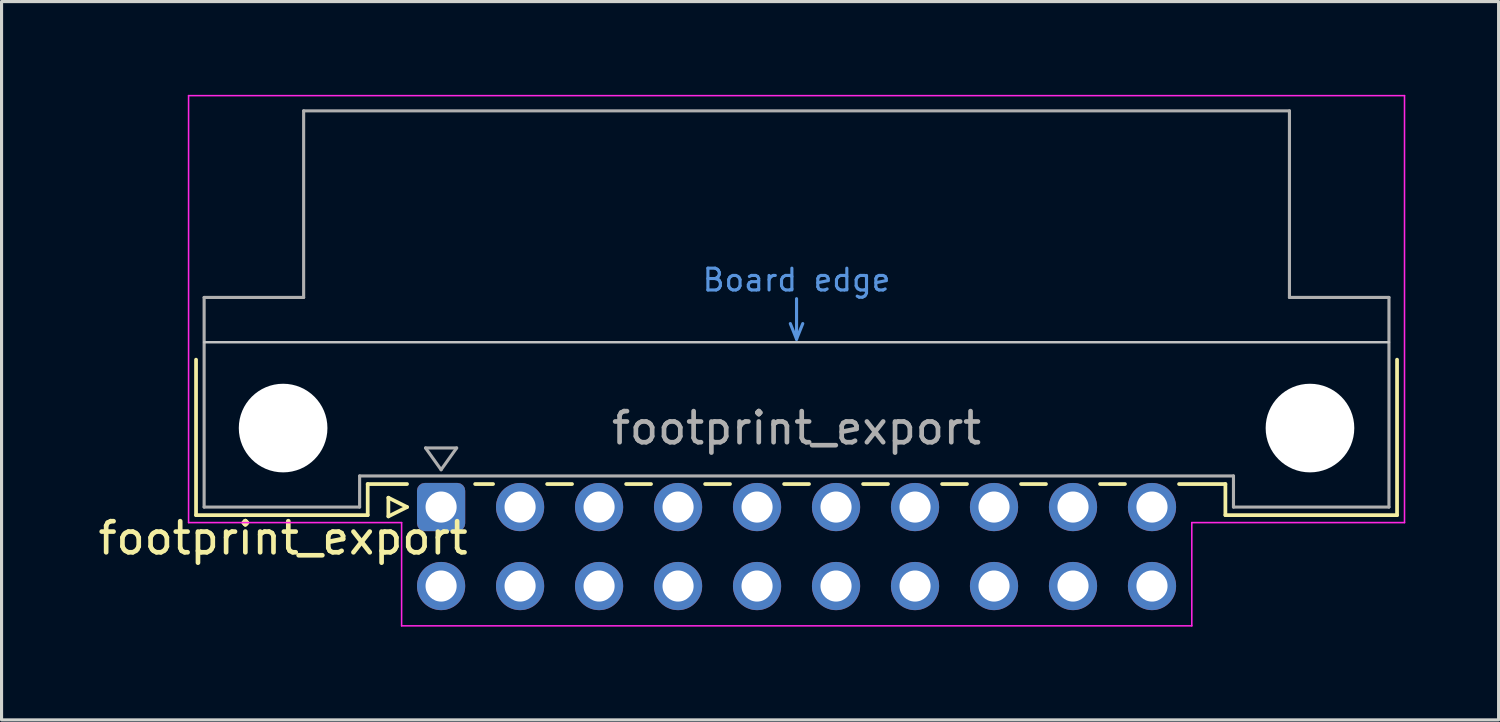
<source format=kicad_pcb>
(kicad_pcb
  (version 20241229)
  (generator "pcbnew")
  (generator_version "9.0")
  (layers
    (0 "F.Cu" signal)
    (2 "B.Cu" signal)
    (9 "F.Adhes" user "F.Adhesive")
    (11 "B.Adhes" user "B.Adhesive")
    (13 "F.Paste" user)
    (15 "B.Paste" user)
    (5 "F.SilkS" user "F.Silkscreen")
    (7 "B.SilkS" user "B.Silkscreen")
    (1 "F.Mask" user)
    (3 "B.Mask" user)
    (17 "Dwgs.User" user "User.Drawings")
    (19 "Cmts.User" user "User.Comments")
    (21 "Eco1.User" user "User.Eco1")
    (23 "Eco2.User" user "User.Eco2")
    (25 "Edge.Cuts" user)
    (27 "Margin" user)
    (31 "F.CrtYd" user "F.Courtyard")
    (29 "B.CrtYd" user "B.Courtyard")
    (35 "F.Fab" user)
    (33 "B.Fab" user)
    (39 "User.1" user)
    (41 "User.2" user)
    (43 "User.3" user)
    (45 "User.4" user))
  (footprint "footprint_export"
    (layer "F.Cu")
    (at 11.134 13.255)
    (property "Reference" "footprint_export" (at -5.08 1 0) (layer "F.SilkS") (effects (font (size 1 1) (thickness 0.15))))
    (attr through_hole)
    (fp_line (start -7.88 -4.74) (end -7.88 0.26) (stroke (width 0.12) (type solid)) (layer "F.SilkS"))
    (fp_line (start -7.88 0.26) (end -2.36 0.26) (stroke (width 0.12) (type solid)) (layer "F.SilkS"))
    (fp_line (start -2.361 -0.74) (end -1.095 -0.74) (stroke (width 0.12) (type solid)) (layer "F.SilkS"))
    (fp_line (start -2.36 0.26) (end -2.36 -0.74) (stroke (width 0.12) (type solid)) (layer "F.SilkS"))
    (fp_line (start -1.695 -0.3) (end -1.695 0.3) (stroke (width 0.12) (type solid)) (layer "F.SilkS"))
    (fp_line (start -1.695 0.3) (end -1.095 0) (stroke (width 0.12) (type solid)) (layer "F.SilkS"))
    (fp_line (start -1.095 0) (end -1.695 -0.3) (stroke (width 0.12) (type solid)) (layer "F.SilkS"))
    (fp_line (start 1.095 -0.74) (end 1.671 -0.74) (stroke (width 0.12) (type solid)) (layer "F.SilkS"))
    (fp_line (start 3.41 -0.74) (end 4.211 -0.74) (stroke (width 0.12) (type solid)) (layer "F.SilkS"))
    (fp_line (start 5.95 -0.74) (end 6.751 -0.74) (stroke (width 0.12) (type solid)) (layer "F.SilkS"))
    (fp_line (start 8.49 -0.74) (end 9.291 -0.74) (stroke (width 0.12) (type solid)) (layer "F.SilkS"))
    (fp_line (start 11.03 -0.74) (end 11.831 -0.74) (stroke (width 0.12) (type solid)) (layer "F.SilkS"))
    (fp_line (start 13.57 -0.74) (end 14.371 -0.74) (stroke (width 0.12) (type solid)) (layer "F.SilkS"))
    (fp_line (start 16.11 -0.74) (end 16.911 -0.74) (stroke (width 0.12) (type solid)) (layer "F.SilkS"))
    (fp_line (start 18.65 -0.74) (end 19.451 -0.74) (stroke (width 0.12) (type solid)) (layer "F.SilkS"))
    (fp_line (start 21.19 -0.74) (end 21.991 -0.74) (stroke (width 0.12) (type solid)) (layer "F.SilkS"))
    (fp_line (start 23.73 -0.74) (end 25.22 -0.74) (stroke (width 0.12) (type solid)) (layer "F.SilkS"))
    (fp_line (start 25.22 0.26) (end 25.22 -0.74) (stroke (width 0.12) (type solid)) (layer "F.SilkS"))
    (fp_line (start 30.74 -4.74) (end 30.74 0.26) (stroke (width 0.12) (type solid)) (layer "F.SilkS"))
    (fp_line (start 30.74 0.26) (end 25.22 0.26) (stroke (width 0.12) (type solid)) (layer "F.SilkS"))
    (fp_line (start -7.62 -5.3) (end 30.48 -5.3) (stroke (width 0.08) (type solid)) (layer "Dwgs.User"))
    (fp_line (start 11.23 -5.9) (end 11.43 -5.4) (stroke (width 0.1) (type solid)) (layer "Cmts.User"))
    (fp_line (start 11.43 -5.4) (end 11.43 -6.7) (stroke (width 0.1) (type solid)) (layer "Cmts.User"))
    (fp_line (start 11.43 -5.4) (end 11.63 -5.9) (stroke (width 0.1) (type solid)) (layer "Cmts.User"))
    (fp_line (start -8.12 -13.23) (end -8.12 0.5) (stroke (width 0.05) (type solid)) (layer "F.CrtYd"))
    (fp_line (start -8.12 0.5) (end -1.27 0.5) (stroke (width 0.05) (type solid)) (layer "F.CrtYd"))
    (fp_line (start -1.27 0.5) (end -1.27 3.82) (stroke (width 0.05) (type solid)) (layer "F.CrtYd"))
    (fp_line (start -1.27 3.82) (end 24.14 3.82) (stroke (width 0.05) (type solid)) (layer "F.CrtYd"))
    (fp_line (start 24.14 0.5) (end 30.98 0.5) (stroke (width 0.05) (type solid)) (layer "F.CrtYd"))
    (fp_line (start 24.14 3.82) (end 24.14 0.5) (stroke (width 0.05) (type solid)) (layer "F.CrtYd"))
    (fp_line (start 30.98 -13.23) (end -8.12 -13.23) (stroke (width 0.05) (type solid)) (layer "F.CrtYd"))
    (fp_line (start 30.98 0.5) (end 30.98 -13.23) (stroke (width 0.05) (type solid)) (layer "F.CrtYd"))
    (fp_line (start -7.62 -6.74) (end -7.62 0) (stroke (width 0.1) (type solid)) (layer "F.Fab"))
    (fp_line (start -7.62 0) (end -2.62 0) (stroke (width 0.1) (type solid)) (layer "F.Fab"))
    (fp_line (start -4.42 -12.74) (end -4.42 -6.74) (stroke (width 0.1) (type solid)) (layer "F.Fab"))
    (fp_line (start -4.42 -6.74) (end -7.62 -6.74) (stroke (width 0.1) (type solid)) (layer "F.Fab"))
    (fp_line (start -2.62 -1) (end 25.48 -1) (stroke (width 0.1) (type solid)) (layer "F.Fab"))
    (fp_line (start -2.62 0) (end -2.62 -1) (stroke (width 0.1) (type solid)) (layer "F.Fab"))
    (fp_line (start -0.5 -1.9) (end 0.5 -1.9) (stroke (width 0.1) (type solid)) (layer "F.Fab"))
    (fp_line (start 0 -1.2) (end -0.5 -1.9) (stroke (width 0.1) (type solid)) (layer "F.Fab"))
    (fp_line (start 0.5 -1.9) (end 0 -1.2) (stroke (width 0.1) (type solid)) (layer "F.Fab"))
    (fp_line (start 25.48 -1) (end 25.48 0) (stroke (width 0.1) (type solid)) (layer "F.Fab"))
    (fp_line (start 25.48 0) (end 30.48 0) (stroke (width 0.1) (type solid)) (layer "F.Fab"))
    (fp_line (start 27.28 -12.74) (end -4.42 -12.74) (stroke (width 0.1) (type solid)) (layer "F.Fab"))
    (fp_line (start 27.28 -6.74) (end 27.28 -12.74) (stroke (width 0.1) (type solid)) (layer "F.Fab"))
    (fp_line (start 30.48 -6.74) (end 27.28 -6.74) (stroke (width 0.1) (type solid)) (layer "F.Fab"))
    (fp_line (start 30.48 0) (end 30.48 -6.74) (stroke (width 0.1) (type solid)) (layer "F.Fab"))
    (fp_text user "Board edge" (at 11.43 -7.3 0) (layer "Cmts.User") (effects (font (size 0.7 0.7) (thickness 0.1))))
    (fp_text user "${REFERENCE}" (at 11.43 -2.54 0) (layer "F.Fab") (effects (font (size 1 1) (thickness 0.15))))
    (pad "" np_thru_hole circle (at -5.08 -2.54) (size 2.85 2.85) (drill 2.85) (layers "*.Cu" "*.Mask"))
    (pad "" np_thru_hole circle (at 27.94 -2.54) (size 2.85 2.85) (drill 2.85) (layers "*.Cu" "*.Mask"))
    (pad "a1" thru_hole roundrect (at 0 0) (size 1.55 1.55) (drill 1) (layers "*.Cu" "*.Mask") (roundrect_rratio 0.161))
    (pad "a2" thru_hole circle (at 2.54 0) (size 1.55 1.55) (drill 1) (layers "*.Cu" "*.Mask"))
    (pad "a3" thru_hole circle (at 5.08 0) (size 1.55 1.55) (drill 1) (layers "*.Cu" "*.Mask"))
    (pad "a4" thru_hole circle (at 7.62 0) (size 1.55 1.55) (drill 1) (layers "*.Cu" "*.Mask"))
    (pad "a5" thru_hole circle (at 10.16 0) (size 1.55 1.55) (drill 1) (layers "*.Cu" "*.Mask"))
    (pad "a6" thru_hole circle (at 12.7 0) (size 1.55 1.55) (drill 1) (layers "*.Cu" "*.Mask"))
    (pad "a7" thru_hole circle (at 15.24 0) (size 1.55 1.55) (drill 1) (layers "*.Cu" "*.Mask"))
    (pad "a8" thru_hole circle (at 17.78 0) (size 1.55 1.55) (drill 1) (layers "*.Cu" "*.Mask"))
    (pad "a9" thru_hole circle (at 20.32 0) (size 1.55 1.55) (drill 1) (layers "*.Cu" "*.Mask"))
    (pad "a10" thru_hole circle (at 22.86 0) (size 1.55 1.55) (drill 1) (layers "*.Cu" "*.Mask"))
    (pad "b1" thru_hole circle (at 0 2.54) (size 1.55 1.55) (drill 1) (layers "*.Cu" "*.Mask"))
    (pad "b2" thru_hole circle (at 2.54 2.54) (size 1.55 1.55) (drill 1) (layers "*.Cu" "*.Mask"))
    (pad "b3" thru_hole circle (at 5.08 2.54) (size 1.55 1.55) (drill 1) (layers "*.Cu" "*.Mask"))
    (pad "b4" thru_hole circle (at 7.62 2.54) (size 1.55 1.55) (drill 1) (layers "*.Cu" "*.Mask"))
    (pad "b5" thru_hole circle (at 10.16 2.54) (size 1.55 1.55) (drill 1) (layers "*.Cu" "*.Mask"))
    (pad "b6" thru_hole circle (at 12.7 2.54) (size 1.55 1.55) (drill 1) (layers "*.Cu" "*.Mask"))
    (pad "b7" thru_hole circle (at 15.24 2.54) (size 1.55 1.55) (drill 1) (layers "*.Cu" "*.Mask"))
    (pad "b8" thru_hole circle (at 17.78 2.54) (size 1.55 1.55) (drill 1) (layers "*.Cu" "*.Mask"))
    (pad "b9" thru_hole circle (at 20.32 2.54) (size 1.55 1.55) (drill 1) (layers "*.Cu" "*.Mask"))
    (pad "b10" thru_hole circle (at 22.86 2.54) (size 1.55 1.55) (drill 1) (layers "*.Cu" "*.Mask")))
  (gr_rect
    (start -3 -3)
    (end 45.139 20.1)
    (stroke (width 0.1) (type default))
    (fill no)
    (layer "Edge.Cuts")))
</source>
